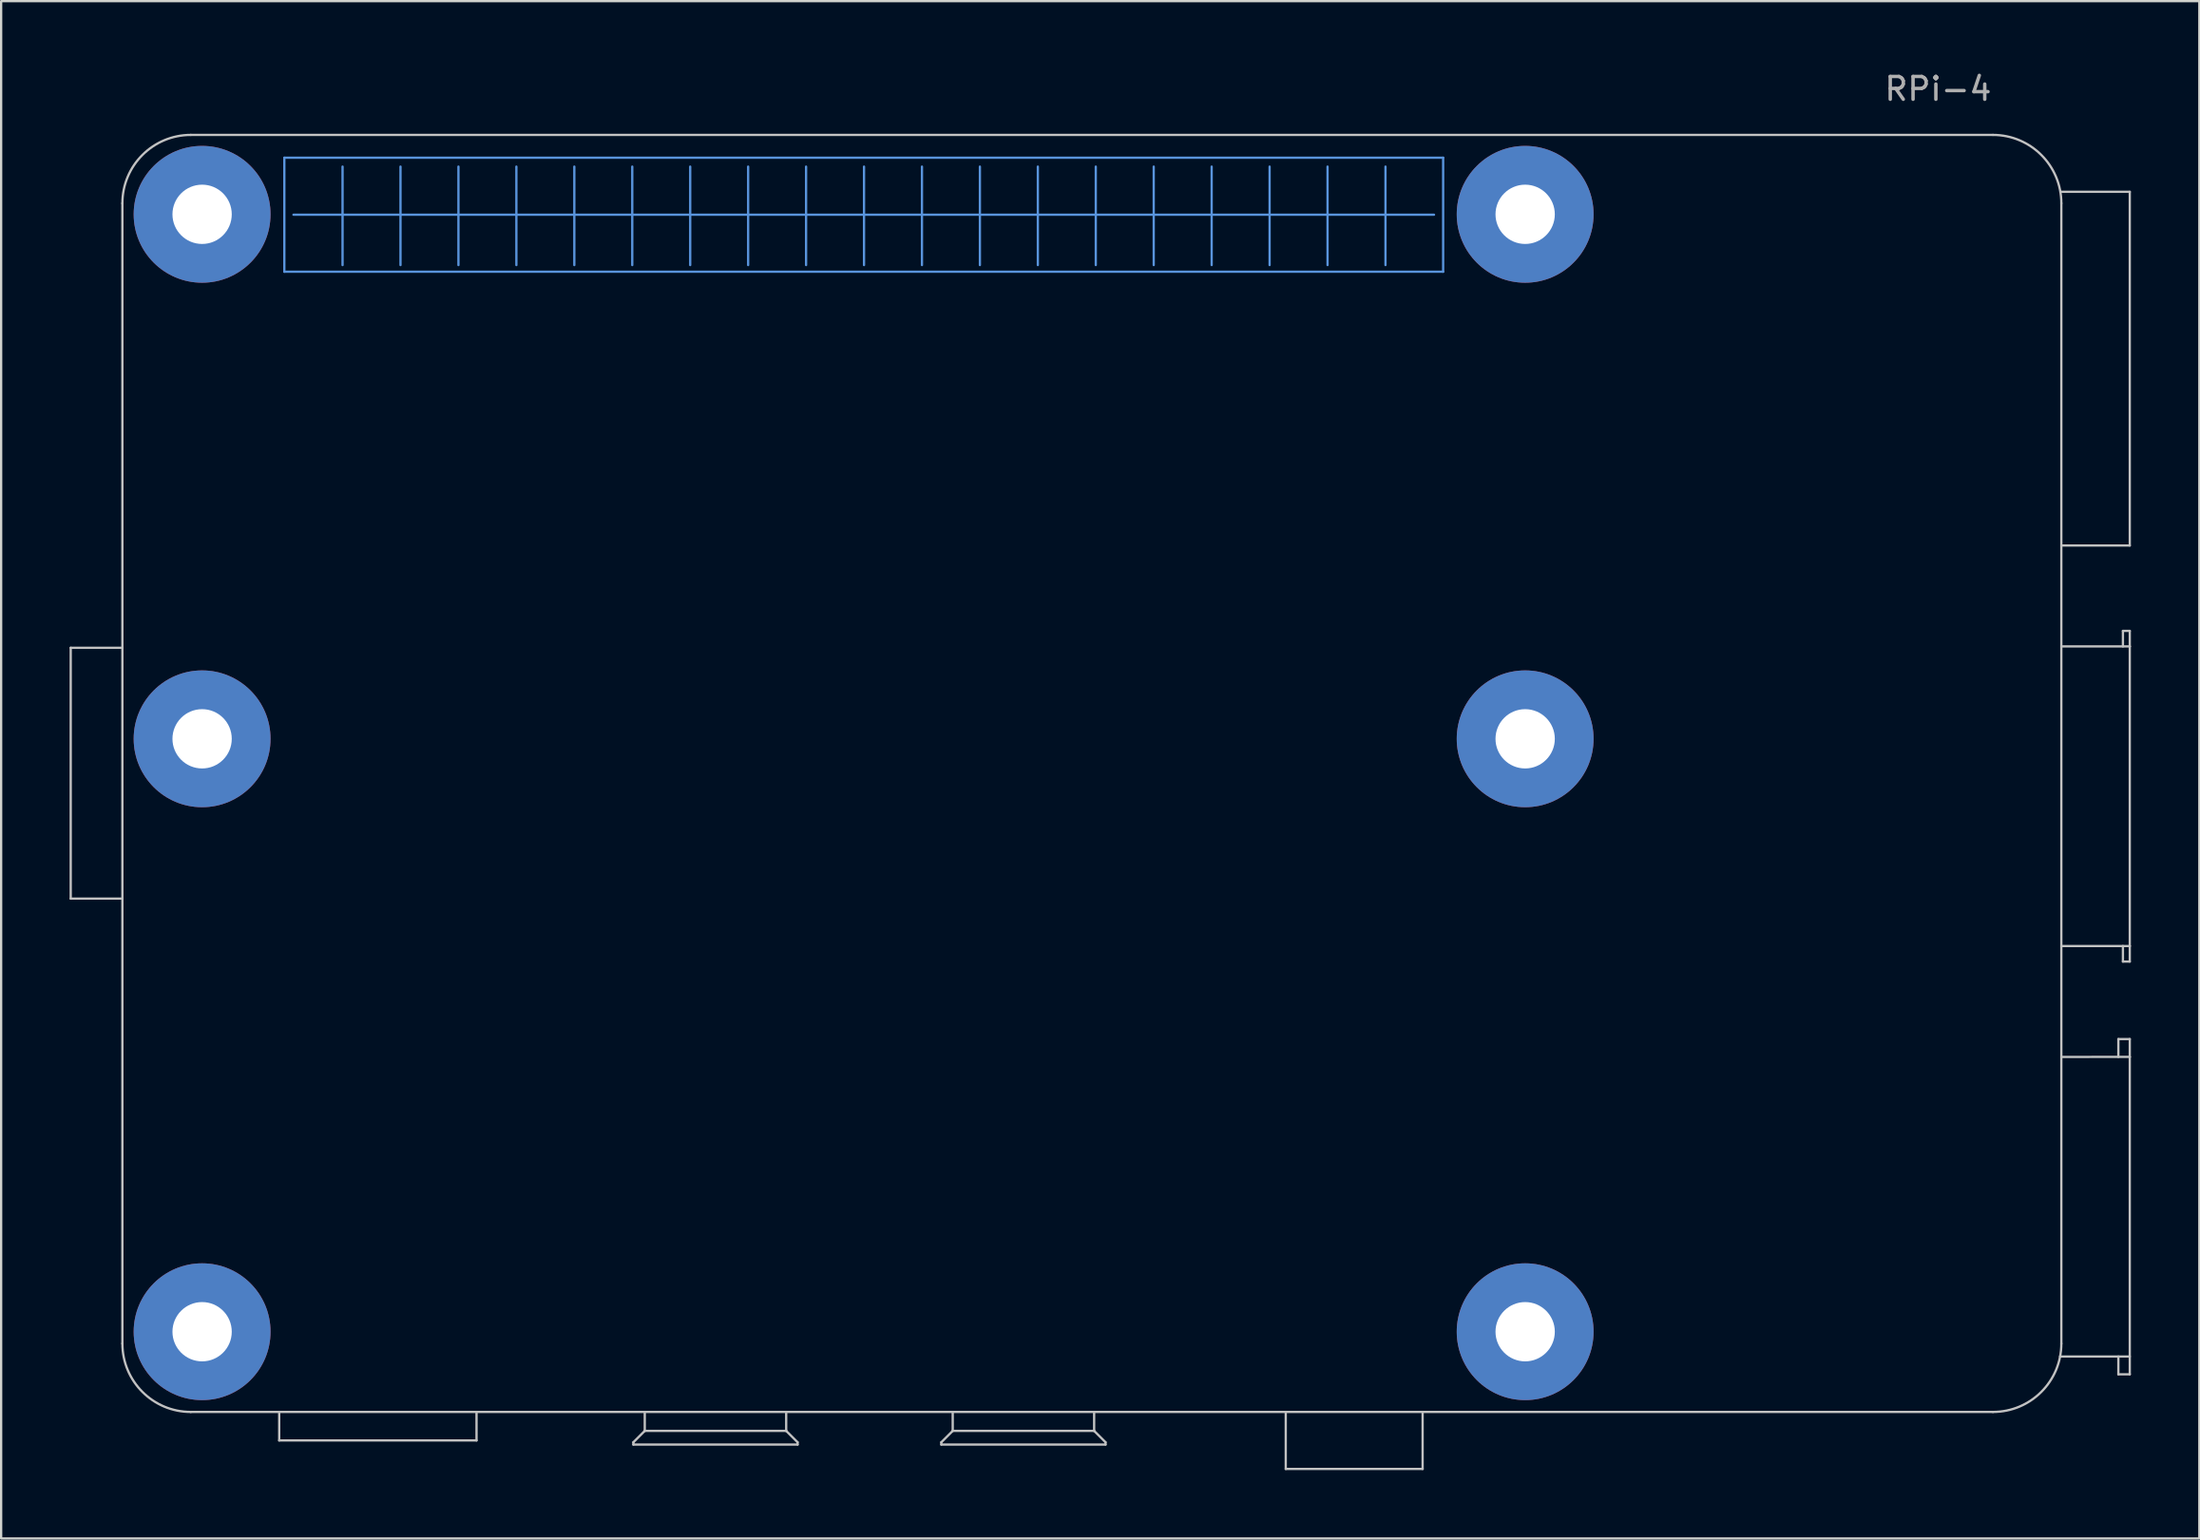
<source format=kicad_pcb>
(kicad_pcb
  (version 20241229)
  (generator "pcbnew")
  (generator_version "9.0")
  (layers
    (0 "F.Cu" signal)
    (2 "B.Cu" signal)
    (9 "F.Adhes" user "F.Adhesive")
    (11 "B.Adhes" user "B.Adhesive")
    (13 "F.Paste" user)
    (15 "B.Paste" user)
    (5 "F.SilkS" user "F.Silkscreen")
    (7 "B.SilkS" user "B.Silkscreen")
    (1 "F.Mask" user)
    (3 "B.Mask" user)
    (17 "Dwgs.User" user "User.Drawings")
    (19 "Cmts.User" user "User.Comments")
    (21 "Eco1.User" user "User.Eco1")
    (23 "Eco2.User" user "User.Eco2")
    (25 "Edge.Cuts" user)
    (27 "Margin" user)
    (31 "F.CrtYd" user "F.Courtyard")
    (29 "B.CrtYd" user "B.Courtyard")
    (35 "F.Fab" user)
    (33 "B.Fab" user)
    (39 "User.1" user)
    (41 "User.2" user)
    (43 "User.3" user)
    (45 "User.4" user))
  (footprint "RPi-4"
    (layer "F.Cu")
    (at 34.81 30.848)
    (property "Reference" "RPi-4" (at 47.1 -30 0) (unlocked yes) (layer "F.Fab") (effects (font (size 1 1) (thickness 0.15))))
    (attr exclude_from_pos_files exclude_from_bom)
    (fp_line (start -34.76 -5.492) (end -32.5 -5.492) (stroke (width 0.1) (type solid)) (layer "Dwgs.User"))
    (fp_line (start -34.76 5.508) (end -34.76 -5.492) (stroke (width 0.1) (type solid)) (layer "Dwgs.User"))
    (fp_line (start -32.5 5.508) (end -34.76 5.508) (stroke (width 0.1) (type solid)) (layer "Dwgs.User"))
    (fp_line (start -32.495 -24.982) (end -32.495 25.018) (stroke (width 0.1) (type solid)) (layer "Dwgs.User"))
    (fp_line (start -29.495 28.018) (end 49.505 28.018) (stroke (width 0.1) (type solid)) (layer "Dwgs.User"))
    (fp_line (start -25.62 28.018) (end -25.62 29.268) (stroke (width 0.1) (type solid)) (layer "Dwgs.User"))
    (fp_line (start -25.62 29.268) (end -16.97 29.268) (stroke (width 0.1) (type solid)) (layer "Dwgs.User"))
    (fp_line (start -16.97 29.268) (end -16.97 28.018) (stroke (width 0.1) (type solid)) (layer "Dwgs.User"))
    (fp_line (start -10.095 29.348) (end -10.095 29.448) (stroke (width 0.1) (type solid)) (layer "Dwgs.User"))
    (fp_line (start -10.095 29.448) (end -2.895 29.448) (stroke (width 0.1) (type solid)) (layer "Dwgs.User"))
    (fp_line (start -9.595 28.848) (end -10.095 29.348) (stroke (width 0.1) (type solid)) (layer "Dwgs.User"))
    (fp_line (start -9.595 28.848) (end -9.595 28.018) (stroke (width 0.1) (type solid)) (layer "Dwgs.User"))
    (fp_line (start -3.395 28.018) (end -3.395 28.848) (stroke (width 0.1) (type solid)) (layer "Dwgs.User"))
    (fp_line (start -3.395 28.848) (end -9.595 28.848) (stroke (width 0.1) (type solid)) (layer "Dwgs.User"))
    (fp_line (start -2.895 29.348) (end -3.395 28.848) (stroke (width 0.1) (type solid)) (layer "Dwgs.User"))
    (fp_line (start -2.895 29.448) (end -2.895 29.348) (stroke (width 0.1) (type solid)) (layer "Dwgs.User"))
    (fp_line (start 3.405 29.348) (end 3.405 29.448) (stroke (width 0.1) (type solid)) (layer "Dwgs.User"))
    (fp_line (start 3.405 29.448) (end 10.605 29.448) (stroke (width 0.1) (type solid)) (layer "Dwgs.User"))
    (fp_line (start 3.905 28.848) (end 3.405 29.348) (stroke (width 0.1) (type solid)) (layer "Dwgs.User"))
    (fp_line (start 3.905 28.848) (end 3.905 28.018) (stroke (width 0.1) (type solid)) (layer "Dwgs.User"))
    (fp_line (start 10.105 28.018) (end 10.105 28.848) (stroke (width 0.1) (type solid)) (layer "Dwgs.User"))
    (fp_line (start 10.105 28.848) (end 3.905 28.848) (stroke (width 0.1) (type solid)) (layer "Dwgs.User"))
    (fp_line (start 10.605 29.348) (end 10.105 28.848) (stroke (width 0.1) (type solid)) (layer "Dwgs.User"))
    (fp_line (start 10.605 29.448) (end 10.605 29.348) (stroke (width 0.1) (type solid)) (layer "Dwgs.User"))
    (fp_line (start 18.505 28.018) (end 18.505 30.518) (stroke (width 0.1) (type solid)) (layer "Dwgs.User"))
    (fp_line (start 18.505 30.518) (end 24.505 30.518) (stroke (width 0.1) (type solid)) (layer "Dwgs.User"))
    (fp_line (start 24.505 30.518) (end 24.505 28.018) (stroke (width 0.1) (type solid)) (layer "Dwgs.User"))
    (fp_line (start 49.505 -27.982) (end -29.495 -27.982) (stroke (width 0.1) (type solid)) (layer "Dwgs.User"))
    (fp_line (start 52.505 25.018) (end 52.505 -24.982) (stroke (width 0.1) (type solid)) (layer "Dwgs.User"))
    (fp_line (start 52.55 -9.977) (end 55.505 -9.977) (stroke (width 0.1) (type solid)) (layer "Dwgs.User"))
    (fp_line (start 52.55 -5.552) (end 55.505 -5.552) (stroke (width 0.1) (type solid)) (layer "Dwgs.User"))
    (fp_line (start 52.55 12.45) (end 55.505 12.448) (stroke (width 0.1) (type solid)) (layer "Dwgs.User"))
    (fp_line (start 55.005 11.668) (end 55.005 12.448) (stroke (width 0.1) (type solid)) (layer "Dwgs.User"))
    (fp_line (start 55.005 26.368) (end 55.005 25.588) (stroke (width 0.1) (type solid)) (layer "Dwgs.User"))
    (fp_line (start 55.205 -6.232) (end 55.205 -5.552) (stroke (width 0.1) (type solid)) (layer "Dwgs.User"))
    (fp_line (start 55.205 8.268) (end 55.205 7.588) (stroke (width 0.1) (type solid)) (layer "Dwgs.User"))
    (fp_line (start 55.505 -25.487) (end 52.5 -25.487) (stroke (width 0.1) (type solid)) (layer "Dwgs.User"))
    (fp_line (start 55.505 -9.977) (end 55.505 -25.487) (stroke (width 0.1) (type solid)) (layer "Dwgs.User"))
    (fp_line (start 55.505 -6.232) (end 55.205 -6.232) (stroke (width 0.1) (type solid)) (layer "Dwgs.User"))
    (fp_line (start 55.505 -5.552) (end 55.505 -6.232) (stroke (width 0.1) (type solid)) (layer "Dwgs.User"))
    (fp_line (start 55.505 -5.552) (end 55.505 7.588) (stroke (width 0.1) (type solid)) (layer "Dwgs.User"))
    (fp_line (start 55.505 7.588) (end 52.55 7.588) (stroke (width 0.1) (type solid)) (layer "Dwgs.User"))
    (fp_line (start 55.505 7.588) (end 55.505 8.268) (stroke (width 0.1) (type solid)) (layer "Dwgs.User"))
    (fp_line (start 55.505 8.268) (end 55.205 8.268) (stroke (width 0.1) (type solid)) (layer "Dwgs.User"))
    (fp_line (start 55.505 11.668) (end 55.005 11.668) (stroke (width 0.1) (type solid)) (layer "Dwgs.User"))
    (fp_line (start 55.505 12.448) (end 55.505 11.668) (stroke (width 0.1) (type solid)) (layer "Dwgs.User"))
    (fp_line (start 55.505 12.448) (end 55.505 26.368) (stroke (width 0.1) (type solid)) (layer "Dwgs.User"))
    (fp_line (start 55.505 25.588) (end 52.45 25.588) (stroke (width 0.1) (type solid)) (layer "Dwgs.User"))
    (fp_line (start 55.505 26.368) (end 55.005 26.368) (stroke (width 0.1) (type solid)) (layer "Dwgs.User"))
    (fp_arc (start -32.494701 -24.981905) (mid -31.61602 -27.103223) (end -29.4947 -27.9819) (stroke (width 0.1) (type solid)) (layer "Dwgs.User"))
    (fp_arc (start -29.494706 28.0181) (mid -31.616023 27.139419) (end -32.4947 25.0181) (stroke (width 0.1) (type solid)) (layer "Dwgs.User"))
    (fp_arc (start 49.505304 -27.9819) (mid 51.626622 -27.103219) (end 52.5053 -24.9819) (stroke (width 0.1) (type solid)) (layer "Dwgs.User"))
    (fp_arc (start 52.505299 25.018105) (mid 51.626618 27.139421) (end 49.5053 28.0181) (stroke (width 0.1) (type solid)) (layer "Dwgs.User"))
    (fp_line (start -25.395 -26.982) (end -25.395 -21.982) (stroke (width 0.1) (type solid)) (layer "Cmts.User"))
    (fp_line (start -25.395 -21.982) (end 25.405 -21.982) (stroke (width 0.1) (type solid)) (layer "Cmts.User"))
    (fp_line (start -24.995 -24.482) (end 25.005 -24.482) (stroke (width 0.1) (type solid)) (layer "Cmts.User"))
    (fp_line (start -22.843 -26.592) (end -22.843 -22.274) (stroke (width 0.1) (type solid)) (layer "Cmts.User"))
    (fp_line (start -20.303 -26.592) (end -20.303 -22.274) (stroke (width 0.1) (type solid)) (layer "Cmts.User"))
    (fp_line (start -17.763 -26.592) (end -17.763 -22.274) (stroke (width 0.1) (type solid)) (layer "Cmts.User"))
    (fp_line (start -15.223 -26.592) (end -15.223 -22.274) (stroke (width 0.1) (type solid)) (layer "Cmts.User"))
    (fp_line (start -12.683 -26.592) (end -12.683 -22.274) (stroke (width 0.1) (type solid)) (layer "Cmts.User"))
    (fp_line (start -10.143 -26.592) (end -10.143 -22.274) (stroke (width 0.1) (type solid)) (layer "Cmts.User"))
    (fp_line (start -7.603 -26.592) (end -7.603 -22.274) (stroke (width 0.1) (type solid)) (layer "Cmts.User"))
    (fp_line (start -5.063 -26.592) (end -5.063 -22.274) (stroke (width 0.1) (type solid)) (layer "Cmts.User"))
    (fp_line (start -2.523 -26.592) (end -2.523 -22.274) (stroke (width 0.1) (type solid)) (layer "Cmts.User"))
    (fp_line (start 0.017 -26.592) (end 0.017 -22.274) (stroke (width 0.1) (type solid)) (layer "Cmts.User"))
    (fp_line (start 2.557 -26.592) (end 2.557 -22.274) (stroke (width 0.1) (type solid)) (layer "Cmts.User"))
    (fp_line (start 5.097 -26.592) (end 5.097 -22.274) (stroke (width 0.1) (type solid)) (layer "Cmts.User"))
    (fp_line (start 7.637 -26.592) (end 7.637 -22.274) (stroke (width 0.1) (type solid)) (layer "Cmts.User"))
    (fp_line (start 10.177 -26.592) (end 10.177 -22.274) (stroke (width 0.1) (type solid)) (layer "Cmts.User"))
    (fp_line (start 12.717 -26.592) (end 12.717 -22.274) (stroke (width 0.1) (type solid)) (layer "Cmts.User"))
    (fp_line (start 15.257 -26.592) (end 15.257 -22.274) (stroke (width 0.1) (type solid)) (layer "Cmts.User"))
    (fp_line (start 17.797 -26.592) (end 17.797 -22.274) (stroke (width 0.1) (type solid)) (layer "Cmts.User"))
    (fp_line (start 20.337 -26.592) (end 20.337 -22.274) (stroke (width 0.1) (type solid)) (layer "Cmts.User"))
    (fp_line (start 22.877 -26.592) (end 22.877 -22.274) (stroke (width 0.1) (type solid)) (layer "Cmts.User"))
    (fp_line (start 25.405 -26.982) (end -25.395 -26.982) (stroke (width 0.1) (type solid)) (layer "Cmts.User"))
    (fp_line (start 25.405 -21.982) (end 25.405 -26.982) (stroke (width 0.1) (type solid)) (layer "Cmts.User"))
    (pad "" thru_hole circle (at -29 -24.5) (size 6 6) (drill 2.6) (layers "*.Cu" "*.Mask"))
    (pad "" thru_hole circle (at -29 -1.5) (size 6 6) (drill 2.6) (layers "*.Cu" "*.Mask"))
    (pad "" thru_hole circle (at -29 24.5) (size 6 6) (drill 2.6) (layers "*.Cu" "*.Mask"))
    (pad "" thru_hole circle (at 29 -24.5) (size 6 6) (drill 2.6) (layers "*.Cu" "*.Mask"))
    (pad "" thru_hole circle (at 29 -1.5) (size 6 6) (drill 2.6) (layers "*.Cu" "*.Mask"))
    (pad "" thru_hole circle (at 29 24.5) (size 6 6) (drill 2.6) (layers "*.Cu" "*.Mask")))
  (gr_rect
    (start -3 -3)
    (end 93.365 64.416)
    (stroke (width 0.1) (type default))
    (fill no)
    (layer "Edge.Cuts")))
</source>
